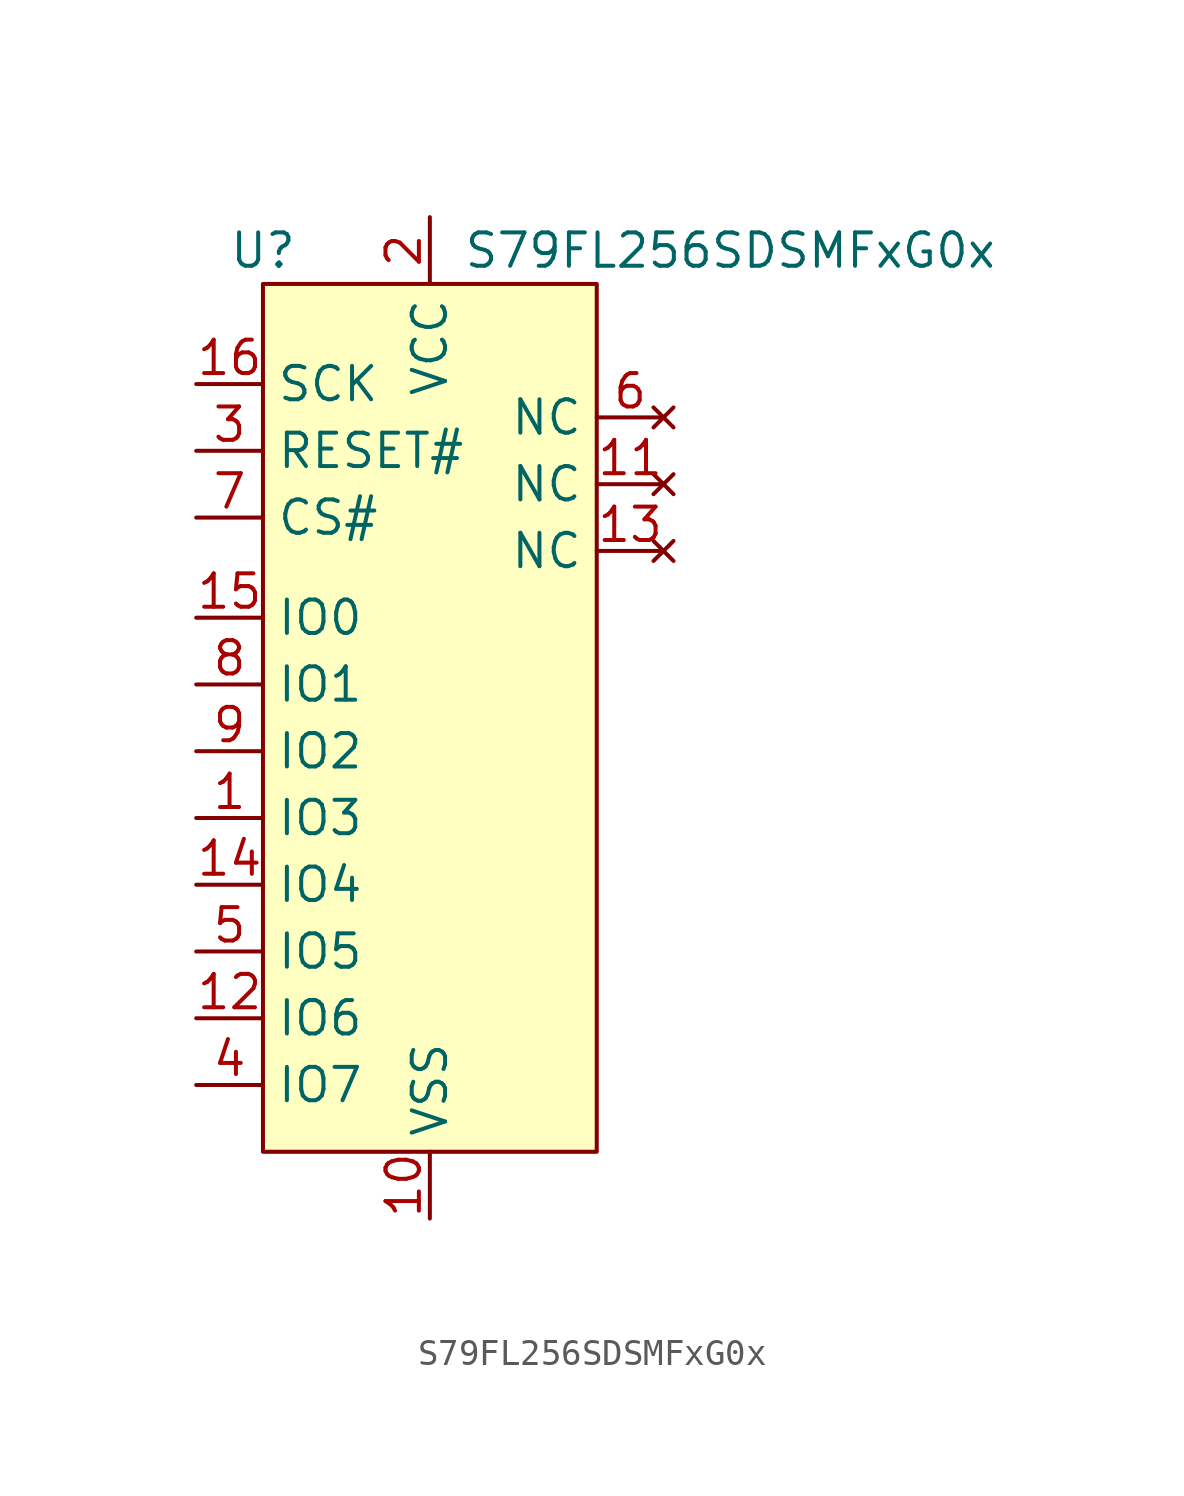
<source format=kicad_sym>
(kicad_symbol_lib
  (version 20220914)
  (generator kicad_symbol_editor)
  (symbol "S79FL256SDSMFxG0x"
    (property "Reference" "U"
      (at -6.35 17.78 0)
      (effects (font (size 1.27 1.27))))
    (property "Value" "S79FL256SDSMFxG0x"
      (at 11.43 17.78 0)
      (effects (font (size 1.27 1.27))))
    (symbol "S79FL256SDSMFxG0x_1_1"
      (rectangle (start -6.35 16.51) (end 6.35 -16.51) (stroke (width 0) (type default)) (fill (type background)))
      (pin bidirectional line (at -8.89 -3.81 0) (length 2.54) (name "IO3" (effects (font (size 1.27 1.27)))) (number "1" (effects (font (size 1.27 1.27)))))
      (pin power_in line (at 0 -19.05 90) (length 2.54) (name "VSS" (effects (font (size 1.27 1.27)))) (number "10" (effects (font (size 1.27 1.27)))))
      (pin no_connect line (at 8.89 8.89 180) (length 2.54) (name "NC" (effects (font (size 1.27 1.27)))) (number "11" (effects (font (size 1.27 1.27)))))
      (pin bidirectional line (at -8.89 -11.43 0) (length 2.54) (name "IO6" (effects (font (size 1.27 1.27)))) (number "12" (effects (font (size 1.27 1.27)))))
      (pin no_connect line (at 8.89 6.35 180) (length 2.54) (name "NC" (effects (font (size 1.27 1.27)))) (number "13" (effects (font (size 1.27 1.27)))))
      (pin bidirectional line (at -8.89 -6.35 0) (length 2.54) (name "IO4" (effects (font (size 1.27 1.27)))) (number "14" (effects (font (size 1.27 1.27)))))
      (pin bidirectional line (at -8.89 3.81 0) (length 2.54) (name "IO0" (effects (font (size 1.27 1.27)))) (number "15" (effects (font (size 1.27 1.27)))))
      (pin input line (at -8.89 12.7 0) (length 2.54) (name "SCK" (effects (font (size 1.27 1.27)))) (number "16" (effects (font (size 1.27 1.27)))))
      (pin power_in line (at 0 19.05 270) (length 2.54) (name "VCC" (effects (font (size 1.27 1.27)))) (number "2" (effects (font (size 1.27 1.27)))))
      (pin input line (at -8.89 10.16 0) (length 2.54) (name "RESET#" (effects (font (size 1.27 1.27)))) (number "3" (effects (font (size 1.27 1.27)))))
      (pin bidirectional line (at -8.89 -13.97 0) (length 2.54) (name "IO7" (effects (font (size 1.27 1.27)))) (number "4" (effects (font (size 1.27 1.27)))))
      (pin bidirectional line (at -8.89 -8.89 0) (length 2.54) (name "IO5" (effects (font (size 1.27 1.27)))) (number "5" (effects (font (size 1.27 1.27)))))
      (pin no_connect line (at 8.89 11.43 180) (length 2.54) (name "NC" (effects (font (size 1.27 1.27)))) (number "6" (effects (font (size 1.27 1.27)))))
      (pin input line (at -8.89 7.62 0) (length 2.54) (name "CS#" (effects (font (size 1.27 1.27)))) (number "7" (effects (font (size 1.27 1.27)))))
      (pin bidirectional line (at -8.89 1.27 0) (length 2.54) (name "IO1" (effects (font (size 1.27 1.27)))) (number "8" (effects (font (size 1.27 1.27)))))
      (pin bidirectional line (at -8.89 -1.27 0) (length 2.54) (name "IO2" (effects (font (size 1.27 1.27)))) (number "9" (effects (font (size 1.27 1.27))))))))
</source>
